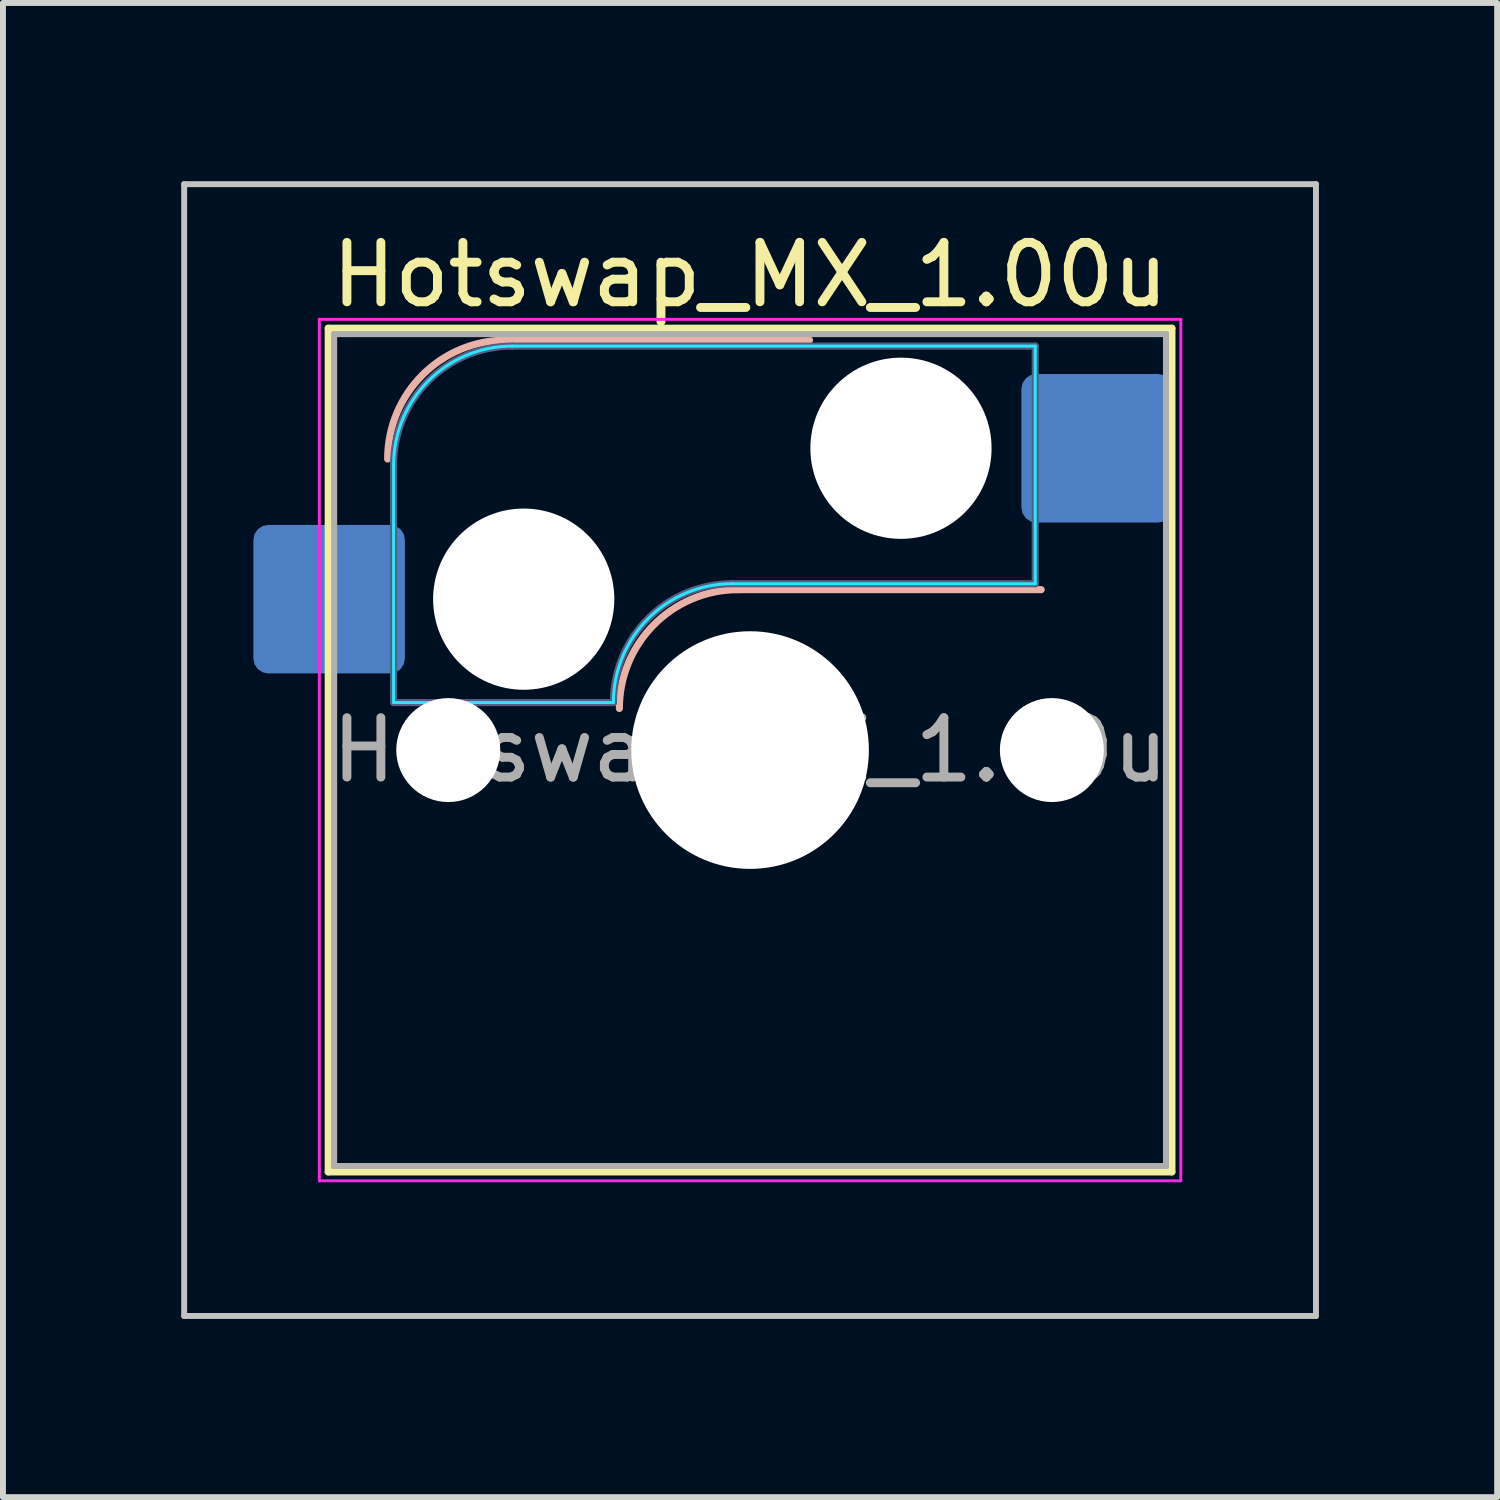
<source format=kicad_pcb>
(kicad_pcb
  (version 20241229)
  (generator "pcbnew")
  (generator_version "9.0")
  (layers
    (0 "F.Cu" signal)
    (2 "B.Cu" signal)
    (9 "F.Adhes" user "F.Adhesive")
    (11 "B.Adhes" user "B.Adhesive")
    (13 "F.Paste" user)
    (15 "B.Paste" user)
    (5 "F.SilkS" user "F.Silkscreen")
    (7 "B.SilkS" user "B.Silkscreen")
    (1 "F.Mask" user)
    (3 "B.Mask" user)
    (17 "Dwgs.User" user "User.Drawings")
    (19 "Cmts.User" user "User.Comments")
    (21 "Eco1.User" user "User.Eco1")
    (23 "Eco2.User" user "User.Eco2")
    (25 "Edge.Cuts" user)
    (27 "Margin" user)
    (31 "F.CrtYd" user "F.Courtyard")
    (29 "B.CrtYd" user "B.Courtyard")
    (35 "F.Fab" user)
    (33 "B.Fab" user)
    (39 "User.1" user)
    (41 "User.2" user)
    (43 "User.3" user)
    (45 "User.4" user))
  (footprint "Hotswap_MX_1.00u"
    (layer "F.Cu")
    (at 9.575 9.575)
    (property "Reference" "Hotswap_MX_1.00u" (at 0 -8 0) (layer "F.SilkS") (effects (font (size 1 1) (thickness 0.15))))
    (attr smd)
    (fp_line (start -7.1 -7.1) (end -7.1 7.1) (stroke (width 0.12) (type solid)) (layer "F.SilkS"))
    (fp_line (start -7.1 7.1) (end 7.1 7.1) (stroke (width 0.12) (type solid)) (layer "F.SilkS"))
    (fp_line (start 7.1 -7.1) (end -7.1 -7.1) (stroke (width 0.12) (type solid)) (layer "F.SilkS"))
    (fp_line (start 7.1 7.1) (end 7.1 -7.1) (stroke (width 0.12) (type solid)) (layer "F.SilkS"))
    (fp_line (start -4.1 -6.9) (end 1 -6.9) (stroke (width 0.12) (type solid)) (layer "B.SilkS"))
    (fp_line (start -0.2 -2.7) (end 4.9 -2.7) (stroke (width 0.12) (type solid)) (layer "B.SilkS"))
    (fp_arc (start -6.1 -4.9) (mid -5.514214 -6.314214) (end -4.1 -6.9) (stroke (width 0.12) (type solid)) (layer "B.SilkS"))
    (fp_arc (start -2.2 -0.7) (mid -1.614214 -2.114214) (end -0.2 -2.7) (stroke (width 0.12) (type solid)) (layer "B.SilkS"))
    (fp_line (start -9.525 -9.525) (end -9.525 9.525) (stroke (width 0.1) (type solid)) (layer "Dwgs.User"))
    (fp_line (start -9.525 9.525) (end 9.525 9.525) (stroke (width 0.1) (type solid)) (layer "Dwgs.User"))
    (fp_line (start 9.525 -9.525) (end -9.525 -9.525) (stroke (width 0.1) (type solid)) (layer "Dwgs.User"))
    (fp_line (start 9.525 9.525) (end 9.525 -9.525) (stroke (width 0.1) (type solid)) (layer "Dwgs.User"))
    (fp_line (start -7.8 -6) (end -7 -6) (stroke (width 0.1) (type solid)) (layer "Eco1.User"))
    (fp_line (start -7.8 -2.9) (end -7.8 -6) (stroke (width 0.1) (type solid)) (layer "Eco1.User"))
    (fp_line (start -7.8 2.9) (end -7 2.9) (stroke (width 0.1) (type solid)) (layer "Eco1.User"))
    (fp_line (start -7.8 6) (end -7.8 2.9) (stroke (width 0.1) (type solid)) (layer "Eco1.User"))
    (fp_line (start -7 -7) (end 7 -7) (stroke (width 0.1) (type solid)) (layer "Eco1.User"))
    (fp_line (start -7 -6) (end -7 -7) (stroke (width 0.1) (type solid)) (layer "Eco1.User"))
    (fp_line (start -7 -2.9) (end -7.8 -2.9) (stroke (width 0.1) (type solid)) (layer "Eco1.User"))
    (fp_line (start -7 2.9) (end -7 -2.9) (stroke (width 0.1) (type solid)) (layer "Eco1.User"))
    (fp_line (start -7 6) (end -7.8 6) (stroke (width 0.1) (type solid)) (layer "Eco1.User"))
    (fp_line (start -7 7) (end -7 6) (stroke (width 0.1) (type solid)) (layer "Eco1.User"))
    (fp_line (start 7 -7) (end 7 -6) (stroke (width 0.1) (type solid)) (layer "Eco1.User"))
    (fp_line (start 7 -6) (end 7.8 -6) (stroke (width 0.1) (type solid)) (layer "Eco1.User"))
    (fp_line (start 7 -2.9) (end 7 2.9) (stroke (width 0.1) (type solid)) (layer "Eco1.User"))
    (fp_line (start 7 2.9) (end 7.8 2.9) (stroke (width 0.1) (type solid)) (layer "Eco1.User"))
    (fp_line (start 7 6) (end 7 7) (stroke (width 0.1) (type solid)) (layer "Eco1.User"))
    (fp_line (start 7 7) (end -7 7) (stroke (width 0.1) (type solid)) (layer "Eco1.User"))
    (fp_line (start 7.8 -6) (end 7.8 -2.9) (stroke (width 0.1) (type solid)) (layer "Eco1.User"))
    (fp_line (start 7.8 -2.9) (end 7 -2.9) (stroke (width 0.1) (type solid)) (layer "Eco1.User"))
    (fp_line (start 7.8 2.9) (end 7.8 6) (stroke (width 0.1) (type solid)) (layer "Eco1.User"))
    (fp_line (start 7.8 6) (end 7 6) (stroke (width 0.1) (type solid)) (layer "Eco1.User"))
    (fp_line (start -6 -0.8) (end -6 -4.8) (stroke (width 0.05) (type solid)) (layer "B.CrtYd"))
    (fp_line (start -6 -0.8) (end -2.3 -0.8) (stroke (width 0.05) (type solid)) (layer "B.CrtYd"))
    (fp_line (start -4 -6.8) (end 4.8 -6.8) (stroke (width 0.05) (type solid)) (layer "B.CrtYd"))
    (fp_line (start -0.3 -2.8) (end 4.8 -2.8) (stroke (width 0.05) (type solid)) (layer "B.CrtYd"))
    (fp_line (start 4.8 -6.8) (end 4.8 -2.8) (stroke (width 0.05) (type solid)) (layer "B.CrtYd"))
    (fp_arc (start -6 -4.8) (mid -5.414214 -6.214213) (end -4 -6.8) (stroke (width 0.05) (type solid)) (layer "B.CrtYd"))
    (fp_arc (start -2.3 -0.8) (mid -1.714214 -2.214214) (end -0.3 -2.8) (stroke (width 0.05) (type solid)) (layer "B.CrtYd"))
    (fp_line (start -7.25 -7.25) (end -7.25 7.25) (stroke (width 0.05) (type solid)) (layer "F.CrtYd"))
    (fp_line (start -7.25 7.25) (end 7.25 7.25) (stroke (width 0.05) (type solid)) (layer "F.CrtYd"))
    (fp_line (start 7.25 -7.25) (end -7.25 -7.25) (stroke (width 0.05) (type solid)) (layer "F.CrtYd"))
    (fp_line (start 7.25 7.25) (end 7.25 -7.25) (stroke (width 0.05) (type solid)) (layer "F.CrtYd"))
    (fp_line (start -6 -0.8) (end -6 -4.8) (stroke (width 0.12) (type solid)) (layer "B.Fab"))
    (fp_line (start -6 -0.8) (end -2.3 -0.8) (stroke (width 0.12) (type solid)) (layer "B.Fab"))
    (fp_line (start -4 -6.8) (end 4.8 -6.8) (stroke (width 0.12) (type solid)) (layer "B.Fab"))
    (fp_line (start -0.3 -2.8) (end 4.8 -2.8) (stroke (width 0.12) (type solid)) (layer "B.Fab"))
    (fp_line (start 4.8 -6.8) (end 4.8 -2.8) (stroke (width 0.12) (type solid)) (layer "B.Fab"))
    (fp_arc (start -6 -4.8) (mid -5.414214 -6.214213) (end -4 -6.8) (stroke (width 0.12) (type solid)) (layer "B.Fab"))
    (fp_arc (start -2.3 -0.8) (mid -1.714214 -2.214214) (end -0.3 -2.8) (stroke (width 0.12) (type solid)) (layer "B.Fab"))
    (fp_line (start -7 -7) (end -7 7) (stroke (width 0.1) (type solid)) (layer "F.Fab"))
    (fp_line (start -7 7) (end 7 7) (stroke (width 0.1) (type solid)) (layer "F.Fab"))
    (fp_line (start 7 -7) (end -7 -7) (stroke (width 0.1) (type solid)) (layer "F.Fab"))
    (fp_line (start 7 7) (end 7 -7) (stroke (width 0.1) (type solid)) (layer "F.Fab"))
    (fp_text user "${REFERENCE}" (at 0 0 0) (layer "F.Fab") (effects (font (size 1 1) (thickness 0.15))))
    (pad "" np_thru_hole circle (at -5.08 0) (size 1.75 1.75) (drill 1.75) (layers "*.Cu" "*.Mask"))
    (pad "" np_thru_hole circle (at -3.81 -2.54) (size 3.05 3.05) (drill 3.05) (layers "*.Cu" "*.Mask"))
    (pad "" np_thru_hole circle (at 0 0) (size 4 4) (drill 4) (layers "*.Cu" "*.Mask"))
    (pad "" np_thru_hole circle (at 2.54 -5.08) (size 3.05 3.05) (drill 3.05) (layers "*.Cu" "*.Mask"))
    (pad "" np_thru_hole circle (at 5.08 0) (size 1.75 1.75) (drill 1.75) (layers "*.Cu" "*.Mask"))
    (pad "1" smd roundrect (at -7.085 -2.54) (size 2.55 2.5) (layers "B.Cu" "B.Mask" "B.Paste") (roundrect_rratio 0.1))
    (pad "2" smd roundrect (at 5.842 -5.08) (size 2.55 2.5) (layers "B.Cu" "B.Mask" "B.Paste") (roundrect_rratio 0.1)))
  (gr_rect
    (start -3 -3)
    (end 22.15 22.15)
    (stroke (width 0.1) (type default))
    (fill no)
    (layer "Edge.Cuts")))
</source>
